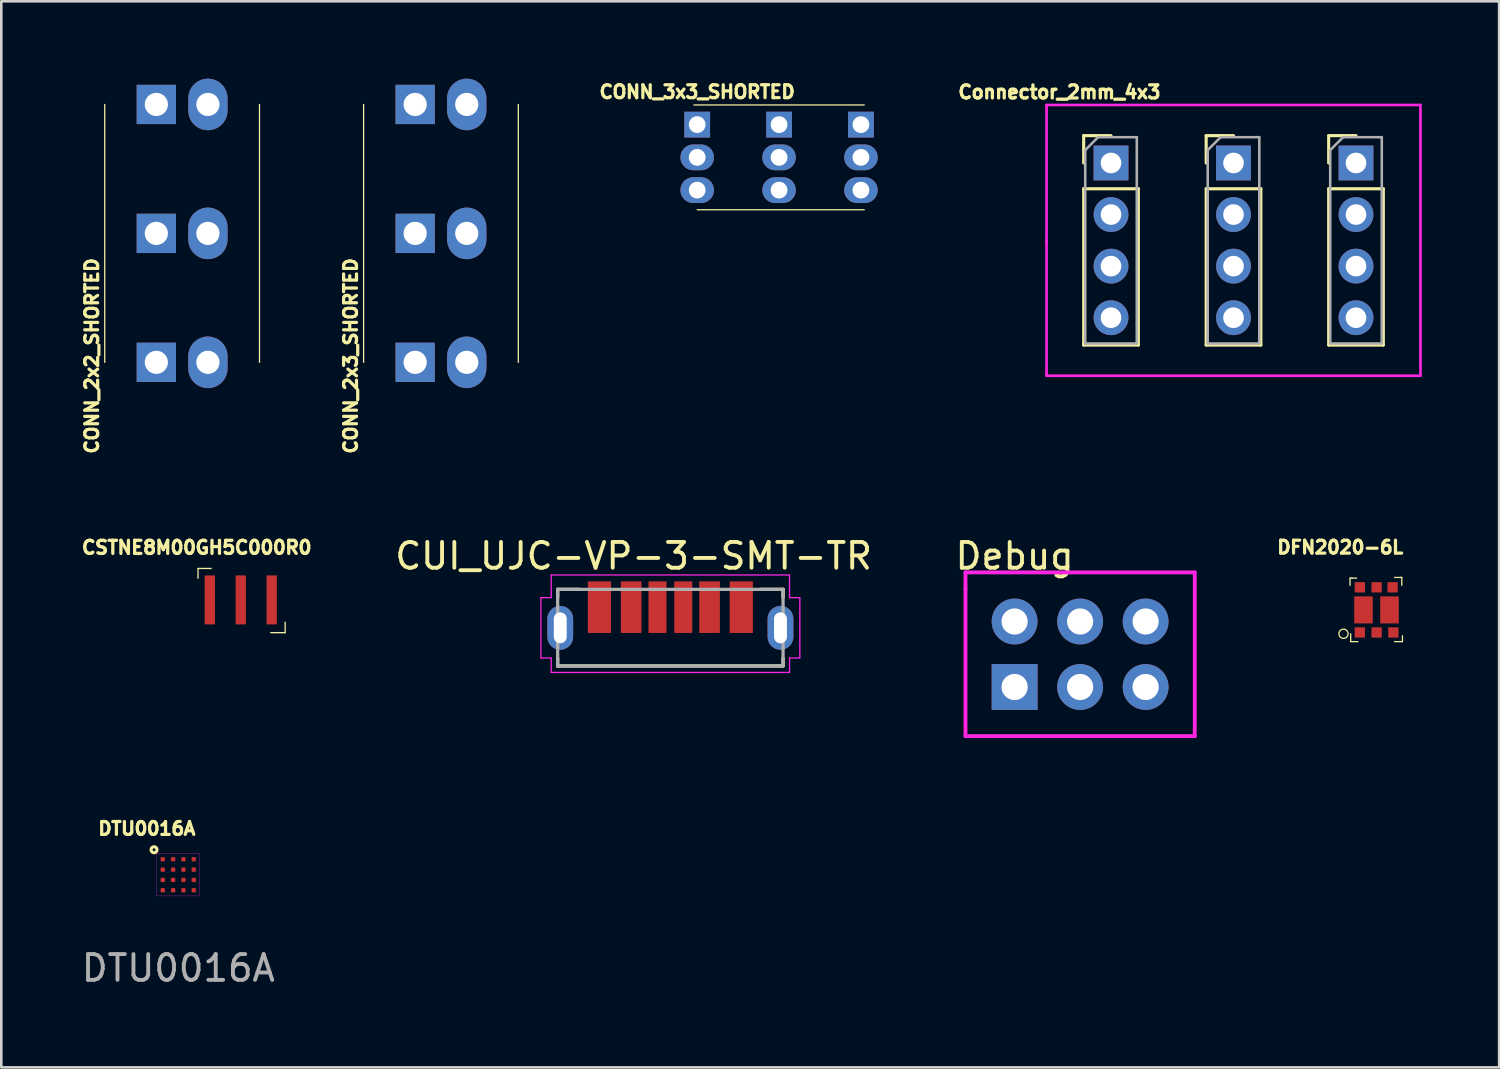
<source format=kicad_pcb>
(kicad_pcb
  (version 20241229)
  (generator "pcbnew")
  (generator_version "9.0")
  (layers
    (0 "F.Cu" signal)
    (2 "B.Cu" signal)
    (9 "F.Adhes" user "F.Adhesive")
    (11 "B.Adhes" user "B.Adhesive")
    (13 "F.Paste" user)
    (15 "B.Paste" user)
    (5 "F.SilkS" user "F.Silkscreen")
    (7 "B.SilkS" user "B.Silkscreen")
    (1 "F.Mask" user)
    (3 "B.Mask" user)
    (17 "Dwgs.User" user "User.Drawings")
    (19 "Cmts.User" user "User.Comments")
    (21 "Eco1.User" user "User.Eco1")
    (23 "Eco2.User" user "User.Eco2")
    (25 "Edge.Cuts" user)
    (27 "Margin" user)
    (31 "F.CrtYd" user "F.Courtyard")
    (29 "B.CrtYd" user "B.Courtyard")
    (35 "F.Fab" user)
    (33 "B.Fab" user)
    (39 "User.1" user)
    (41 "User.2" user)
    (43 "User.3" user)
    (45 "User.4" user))
  (footprint "Debug"
    (layer "F.Cu")
    (at 38.834 22.32)
    (property "Reference" "Debug" (at -2.54 -3.81 0) (layer "F.SilkS") (effects (font (size 1 1) (thickness 0.15))))
    (attr through_hole)
    (fp_line (start -4.445 -3.175) (end -4.445 -2.54) (stroke (width 0.15) (type solid)) (layer "F.CrtYd"))
    (fp_line (start -4.445 -2.54) (end -4.445 3.175) (stroke (width 0.15) (type solid)) (layer "F.CrtYd"))
    (fp_line (start -4.445 3.175) (end 4.445 3.175) (stroke (width 0.15) (type solid)) (layer "F.CrtYd"))
    (fp_line (start 4.445 -3.175) (end -4.445 -3.175) (stroke (width 0.15) (type solid)) (layer "F.CrtYd"))
    (fp_line (start 4.445 3.175) (end 4.445 -3.175) (stroke (width 0.15) (type solid)) (layer "F.CrtYd"))
    (pad "1" thru_hole rect (at -2.54 1.27) (size 1.778 1.778) (drill 1.016) (layers "*.Cu" "*.Mask"))
    (pad "2" thru_hole circle (at 0 1.27) (size 1.778 1.778) (drill 1.016) (layers "*.Cu" "*.Mask"))
    (pad "3" thru_hole circle (at 2.54 1.27) (size 1.778 1.778) (drill 1.016) (layers "*.Cu" "*.Mask"))
    (pad "4" thru_hole circle (at 2.54 -1.27) (size 1.778 1.778) (drill 1.016) (layers "*.Cu" "*.Mask"))
    (pad "5" thru_hole circle (at 0 -1.27) (size 1.778 1.778) (drill 1.016) (layers "*.Cu" "*.Mask"))
    (pad "6" thru_hole circle (at -2.54 -1.27) (size 1.778 1.778) (drill 1.016) (layers "*.Cu" "*.Mask")))
  (footprint "CONN_2x2_SHORTED"
    (layer "F.Cu")
    (at 4.012 6)
    (property "Reference" "CONN_2x2_SHORTED" (at -3.5 4.75 270) (layer "F.SilkS") (effects (font (size 0.5 0.5) (thickness 0.125))))
    (attr through_hole)
    (fp_line (start -3 5) (end -3 -5) (stroke (width 0.05) (type solid)) (layer "F.SilkS"))
    (fp_line (start 3 5) (end 3 -5) (stroke (width 0.05) (type solid)) (layer "F.SilkS"))
    (pad "1" thru_hole rect (at -1 -5) (size 1.524 1.524) (drill 0.9) (layers "*.Cu" "*.Mask"))
    (pad "1" thru_hole rect (at -1 0) (size 1.524 1.524) (drill 0.9) (layers "*.Cu" "*.Mask"))
    (pad "1" thru_hole rect (at -1 5) (size 1.524 1.524) (drill 0.9) (layers "*.Cu" "*.Mask"))
    (pad "2" thru_hole oval (at 1 -5) (size 1.524 2) (drill 0.9) (layers "*.Cu" "*.Mask"))
    (pad "2" thru_hole oval (at 1 0) (size 1.524 2) (drill 0.9) (layers "*.Cu" "*.Mask"))
    (pad "2" thru_hole oval (at 1 5) (size 1.524 2) (drill 0.9) (layers "*.Cu" "*.Mask")))
  (footprint "DFN2020-6L"
    (layer "F.Cu")
    (at 50.444 20.713)
    (property "Reference" "DFN2020-6L" (at -1.524 -2.54 0) (layer "F.SilkS") (effects (font (size 0.5 0.5) (thickness 0.125))))
    (attr through_hole)
    (fp_line (start -1.143 -1.346) (end -1.143 -1.067) (stroke (width 0.05) (type solid)) (layer "F.SilkS"))
    (fp_line (start -1.118 0.813) (end -1.118 1.118) (stroke (width 0.05) (type solid)) (layer "F.SilkS"))
    (fp_line (start -1.118 1.118) (end -0.838 1.118) (stroke (width 0.05) (type solid)) (layer "F.SilkS"))
    (fp_line (start -1.067 -1.346) (end -1.143 -1.346) (stroke (width 0.05) (type solid)) (layer "F.SilkS"))
    (fp_line (start -0.889 -1.346) (end -1.067 -1.346) (stroke (width 0.05) (type solid)) (layer "F.SilkS"))
    (fp_line (start 0.584 -1.372) (end 0.813 -1.372) (stroke (width 0.05) (type solid)) (layer "F.SilkS"))
    (fp_line (start 0.584 1.118) (end 0.889 1.118) (stroke (width 0.05) (type solid)) (layer "F.SilkS"))
    (fp_line (start 0.813 -1.372) (end 0.838 -1.372) (stroke (width 0.05) (type solid)) (layer "F.SilkS"))
    (fp_line (start 0.838 -1.372) (end 0.864 -1.372) (stroke (width 0.05) (type solid)) (layer "F.SilkS"))
    (fp_line (start 0.864 -1.372) (end 0.864 -1.067) (stroke (width 0.05) (type solid)) (layer "F.SilkS"))
    (fp_line (start 0.889 1.118) (end 0.889 0.889) (stroke (width 0.05) (type solid)) (layer "F.SilkS"))
    (fp_circle (center -1.397 0.813) (end -1.397 0.991) (stroke (width 0.05) (type solid)) (fill no) (layer "F.SilkS"))
    (pad "1" smd rect (at -0.762 0.762) (size 0.4 0.4) (layers "F.Cu" "F.Mask" "F.Paste"))
    (pad "2" smd rect (at -0.112 0.762) (size 0.4 0.4) (layers "F.Cu" "F.Mask" "F.Paste"))
    (pad "3" smd rect (at 0.388 -0.113) (size 0.72 1.05) (layers "F.Cu" "F.Mask" "F.Paste"))
    (pad "3" smd rect (at 0.538 0.762) (size 0.4 0.4) (layers "F.Cu" "F.Mask" "F.Paste"))
    (pad "4" smd rect (at -0.622 -0.113) (size 0.72 1.05) (layers "F.Cu" "F.Mask" "F.Paste"))
    (pad "4" smd rect (at 0.508 -0.988) (size 0.4 0.4) (layers "F.Cu" "F.Mask" "F.Paste"))
    (pad "5" smd rect (at -0.112 -0.988) (size 0.4 0.4) (layers "F.Cu" "F.Mask" "F.Paste"))
    (pad "6" smd rect (at -0.762 -0.988) (size 0.4 0.4) (layers "F.Cu" "F.Mask" "F.Paste")))
  (footprint "Connector_2mm_4x3"
    (layer "F.Cu")
    (at 44.782 6.27)
    (property "Reference" "Connector_2mm_4x3" (at -6.75 -5.75 180) (layer "F.SilkS") (effects (font (size 0.508 0.508) (thickness 0.127))))
    (attr through_hole)
    (fp_line (start -5.81 -4.06) (end -4.75 -4.06) (stroke (width 0.12) (type solid)) (layer "F.SilkS"))
    (fp_line (start -5.81 -3) (end -5.81 -4.06) (stroke (width 0.12) (type solid)) (layer "F.SilkS"))
    (fp_line (start -5.81 -2) (end -5.81 4.06) (stroke (width 0.12) (type solid)) (layer "F.SilkS"))
    (fp_line (start -5.81 -2) (end -3.69 -2) (stroke (width 0.12) (type solid)) (layer "F.SilkS"))
    (fp_line (start -5.81 4.06) (end -3.69 4.06) (stroke (width 0.12) (type solid)) (layer "F.SilkS"))
    (fp_line (start -3.69 -2) (end -3.69 4.06) (stroke (width 0.12) (type solid)) (layer "F.SilkS"))
    (fp_line (start -1.06 -4.06) (end 0 -4.06) (stroke (width 0.12) (type solid)) (layer "F.SilkS"))
    (fp_line (start -1.06 -3) (end -1.06 -4.06) (stroke (width 0.12) (type solid)) (layer "F.SilkS"))
    (fp_line (start -1.06 -2) (end -1.06 4.06) (stroke (width 0.12) (type solid)) (layer "F.SilkS"))
    (fp_line (start -1.06 -2) (end 1.06 -2) (stroke (width 0.12) (type solid)) (layer "F.SilkS"))
    (fp_line (start -1.06 4.06) (end 1.06 4.06) (stroke (width 0.12) (type solid)) (layer "F.SilkS"))
    (fp_line (start 1.06 -2) (end 1.06 4.06) (stroke (width 0.12) (type solid)) (layer "F.SilkS"))
    (fp_line (start 3.69 -4.06) (end 4.75 -4.06) (stroke (width 0.12) (type solid)) (layer "F.SilkS"))
    (fp_line (start 3.69 -3) (end 3.69 -4.06) (stroke (width 0.12) (type solid)) (layer "F.SilkS"))
    (fp_line (start 3.69 -2) (end 3.69 4.06) (stroke (width 0.12) (type solid)) (layer "F.SilkS"))
    (fp_line (start 3.69 -2) (end 5.81 -2) (stroke (width 0.12) (type solid)) (layer "F.SilkS"))
    (fp_line (start 3.69 4.06) (end 5.81 4.06) (stroke (width 0.12) (type solid)) (layer "F.SilkS"))
    (fp_line (start 5.81 -2) (end 5.81 4.06) (stroke (width 0.12) (type solid)) (layer "F.SilkS"))
    (fp_line (start -7.25 -5.25) (end 7.25 -5.25) (stroke (width 0.102) (type solid)) (layer "F.CrtYd"))
    (fp_line (start -7.25 0) (end -7.25 -5.25) (stroke (width 0.102) (type solid)) (layer "F.CrtYd"))
    (fp_line (start -7.25 5.25) (end -7.25 0) (stroke (width 0.102) (type solid)) (layer "F.CrtYd"))
    (fp_line (start 7.25 -5.25) (end 7.25 5.25) (stroke (width 0.102) (type solid)) (layer "F.CrtYd"))
    (fp_line (start 7.25 5.25) (end -7.25 5.25) (stroke (width 0.102) (type solid)) (layer "F.CrtYd"))
    (fp_line (start -5.75 -3.5) (end -5.25 -4) (stroke (width 0.1) (type solid)) (layer "F.Fab"))
    (fp_line (start -5.75 4) (end -5.75 -3.5) (stroke (width 0.1) (type solid)) (layer "F.Fab"))
    (fp_line (start -5.25 -4) (end -3.75 -4) (stroke (width 0.1) (type solid)) (layer "F.Fab"))
    (fp_line (start -3.75 -4) (end -3.75 4) (stroke (width 0.1) (type solid)) (layer "F.Fab"))
    (fp_line (start -3.75 4) (end -5.75 4) (stroke (width 0.1) (type solid)) (layer "F.Fab"))
    (fp_line (start -1 -3.5) (end -0.5 -4) (stroke (width 0.1) (type solid)) (layer "F.Fab"))
    (fp_line (start -1 4) (end -1 -3.5) (stroke (width 0.1) (type solid)) (layer "F.Fab"))
    (fp_line (start -0.5 -4) (end 1 -4) (stroke (width 0.1) (type solid)) (layer "F.Fab"))
    (fp_line (start 1 -4) (end 1 4) (stroke (width 0.1) (type solid)) (layer "F.Fab"))
    (fp_line (start 1 4) (end -1 4) (stroke (width 0.1) (type solid)) (layer "F.Fab"))
    (fp_line (start 3.75 -3.5) (end 4.25 -4) (stroke (width 0.1) (type solid)) (layer "F.Fab"))
    (fp_line (start 3.75 4) (end 3.75 -3.5) (stroke (width 0.1) (type solid)) (layer "F.Fab"))
    (fp_line (start 4.25 -4) (end 5.75 -4) (stroke (width 0.1) (type solid)) (layer "F.Fab"))
    (fp_line (start 5.75 -4) (end 5.75 4) (stroke (width 0.1) (type solid)) (layer "F.Fab"))
    (fp_line (start 5.75 4) (end 3.75 4) (stroke (width 0.1) (type solid)) (layer "F.Fab"))
    (pad "1" thru_hole rect (at -4.75 -3) (size 1.35 1.35) (drill 0.8) (layers "*.Cu" "*.Mask"))
    (pad "1" thru_hole rect (at 0 -3) (size 1.35 1.35) (drill 0.8) (layers "*.Cu" "*.Mask"))
    (pad "1" thru_hole rect (at 4.75 -3) (size 1.35 1.35) (drill 0.8) (layers "*.Cu" "*.Mask"))
    (pad "2" thru_hole oval (at -4.75 -1) (size 1.35 1.35) (drill 0.8) (layers "*.Cu" "*.Mask"))
    (pad "2" thru_hole oval (at 0 -1) (size 1.35 1.35) (drill 0.8) (layers "*.Cu" "*.Mask"))
    (pad "2" thru_hole oval (at 4.75 -1) (size 1.35 1.35) (drill 0.8) (layers "*.Cu" "*.Mask"))
    (pad "3" thru_hole oval (at -4.75 1) (size 1.35 1.35) (drill 0.8) (layers "*.Cu" "*.Mask"))
    (pad "3" thru_hole oval (at 0 1) (size 1.35 1.35) (drill 0.8) (layers "*.Cu" "*.Mask"))
    (pad "3" thru_hole oval (at 4.75 1) (size 1.35 1.35) (drill 0.8) (layers "*.Cu" "*.Mask"))
    (pad "4" thru_hole oval (at -4.75 3) (size 1.35 1.35) (drill 0.8) (layers "*.Cu" "*.Mask"))
    (pad "4" thru_hole oval (at 0 3) (size 1.35 1.35) (drill 0.8) (layers "*.Cu" "*.Mask"))
    (pad "4" thru_hole oval (at 4.75 3) (size 1.35 1.35) (drill 0.8) (layers "*.Cu" "*.Mask")))
  (footprint "CSTNE8M00GH5C000R0"
    (layer "F.Cu")
    (at 6.28 20.264)
    (property "Reference" "CSTNE8M00GH5C000R0" (at -1.702 -2.083 0) (layer "F.SilkS") (effects (font (size 0.508 0.508) (thickness 0.127))))
    (attr through_hole)
    (fp_line (start -1.651 -1.27) (end -1.651 -0.889) (stroke (width 0.05) (type solid)) (layer "F.SilkS"))
    (fp_line (start -1.143 -1.27) (end -1.651 -1.27) (stroke (width 0.05) (type solid)) (layer "F.SilkS"))
    (fp_line (start 1.168 1.219) (end 1.727 1.219) (stroke (width 0.05) (type solid)) (layer "F.SilkS"))
    (fp_line (start 1.727 1.219) (end 1.727 0.813) (stroke (width 0.05) (type solid)) (layer "F.SilkS"))
    (pad "1" smd rect (at -1.194 -0.051 90) (size 1.9 0.4) (layers "F.Cu" "F.Mask" "F.Paste"))
    (pad "2" smd rect (at 0.006 -0.051 90) (size 1.9 0.4) (layers "F.Cu" "F.Mask" "F.Paste"))
    (pad "3" smd rect (at 1.206 -0.051 90) (size 1.9 0.4) (layers "F.Cu" "F.Mask" "F.Paste")))
  (footprint "CUI_UJC-VP-3-SMT-TR"
    (layer "F.Cu")
    (at 22.945 21.295)
    (property "Reference" "CUI_UJC-VP-3-SMT-TR" (at -1.425 -2.785 0) (layer "F.SilkS") (effects (font (size 1 1) (thickness 0.15))))
    (attr smd)
    (fp_line (start -4.37 -1.49) (end -3.52 -1.49) (stroke (width 0.127) (type solid)) (layer "F.SilkS"))
    (fp_line (start -4.37 -1.17) (end -4.37 -1.49) (stroke (width 0.127) (type solid)) (layer "F.SilkS"))
    (fp_line (start -4.37 1.17) (end -4.37 1.48) (stroke (width 0.127) (type solid)) (layer "F.SilkS"))
    (fp_line (start -4.37 1.48) (end 4.37 1.48) (stroke (width 0.127) (type solid)) (layer "F.SilkS"))
    (fp_line (start 3.52 -1.49) (end 4.37 -1.49) (stroke (width 0.127) (type solid)) (layer "F.SilkS"))
    (fp_line (start 4.37 -1.49) (end 4.37 -1.17) (stroke (width 0.127) (type solid)) (layer "F.SilkS"))
    (fp_line (start 4.37 1.48) (end 4.37 1.17) (stroke (width 0.127) (type solid)) (layer "F.SilkS"))
    (fp_line (start -5.02 -1.17) (end -5.02 1.17) (stroke (width 0.05) (type solid)) (layer "F.CrtYd"))
    (fp_line (start -5.02 1.17) (end -4.62 1.17) (stroke (width 0.05) (type solid)) (layer "F.CrtYd"))
    (fp_line (start -4.62 -2.05) (end -4.62 -1.17) (stroke (width 0.05) (type solid)) (layer "F.CrtYd"))
    (fp_line (start -4.62 -1.17) (end -5.02 -1.17) (stroke (width 0.05) (type solid)) (layer "F.CrtYd"))
    (fp_line (start -4.62 1.17) (end -4.62 1.73) (stroke (width 0.05) (type solid)) (layer "F.CrtYd"))
    (fp_line (start -4.62 1.73) (end 4.62 1.73) (stroke (width 0.05) (type solid)) (layer "F.CrtYd"))
    (fp_line (start 4.62 -2.05) (end -4.62 -2.05) (stroke (width 0.05) (type solid)) (layer "F.CrtYd"))
    (fp_line (start 4.62 -1.17) (end 4.62 -2.05) (stroke (width 0.05) (type solid)) (layer "F.CrtYd"))
    (fp_line (start 4.62 1.17) (end 5.02 1.17) (stroke (width 0.05) (type solid)) (layer "F.CrtYd"))
    (fp_line (start 4.62 1.73) (end 4.62 1.17) (stroke (width 0.05) (type solid)) (layer "F.CrtYd"))
    (fp_line (start 5.02 -1.17) (end 4.62 -1.17) (stroke (width 0.05) (type solid)) (layer "F.CrtYd"))
    (fp_line (start 5.02 1.17) (end 5.02 -1.17) (stroke (width 0.05) (type solid)) (layer "F.CrtYd"))
    (fp_line (start -4.37 -1.49) (end -4.37 1.48) (stroke (width 0.127) (type solid)) (layer "F.Fab"))
    (fp_line (start -4.37 1.48) (end 4.37 1.48) (stroke (width 0.127) (type solid)) (layer "F.Fab"))
    (fp_line (start 4.37 -1.49) (end -4.37 -1.49) (stroke (width 0.127) (type solid)) (layer "F.Fab"))
    (fp_line (start 4.37 1.48) (end 4.37 -1.49) (stroke (width 0.127) (type solid)) (layer "F.Fab"))
    (pad "A5" smd rect (at -0.5 -0.8) (size 0.7 2) (layers "F.Cu" "F.Mask" "F.Paste"))
    (pad "A9" smd rect (at -1.52 -0.8) (size 0.8 2) (layers "F.Cu" "F.Mask" "F.Paste"))
    (pad "A12" smd rect (at -2.75 -0.8) (size 0.9 2) (layers "F.Cu" "F.Mask" "F.Paste"))
    (pad "B5" smd rect (at 0.5 -0.8) (size 0.7 2) (layers "F.Cu" "F.Mask" "F.Paste"))
    (pad "B9" smd rect (at 1.52 -0.8) (size 0.8 2) (layers "F.Cu" "F.Mask" "F.Paste"))
    (pad "B12" smd rect (at 2.75 -0.8) (size 0.9 2) (layers "F.Cu" "F.Mask" "F.Paste"))
    (pad "S1" thru_hole oval (at -4.27 0) (size 1 1.7) (drill oval 0.5 1.2) (layers "*.Cu" "*.Mask"))
    (pad "S2" thru_hole oval (at 4.27 0) (size 1 1.7) (drill oval 0.5 1.2) (layers "*.Cu" "*.Mask")))
  (footprint "CONN_2x3_SHORTED"
    (layer "F.Cu")
    (at 14.049 6)
    (property "Reference" "CONN_2x3_SHORTED" (at -3.5 4.75 270) (layer "F.SilkS") (effects (font (size 0.5 0.5) (thickness 0.125))))
    (attr through_hole)
    (fp_line (start -3 5) (end -3 -5) (stroke (width 0.05) (type solid)) (layer "F.SilkS"))
    (fp_line (start 3 5) (end 3 -5) (stroke (width 0.05) (type solid)) (layer "F.SilkS"))
    (pad "1" thru_hole rect (at -1 -5) (size 1.524 1.524) (drill 0.9) (layers "*.Cu" "*.Mask"))
    (pad "1" thru_hole rect (at -1 0) (size 1.524 1.524) (drill 0.9) (layers "*.Cu" "*.Mask"))
    (pad "1" thru_hole rect (at -1 5) (size 1.524 1.524) (drill 0.9) (layers "*.Cu" "*.Mask"))
    (pad "2" thru_hole oval (at 1 -5) (size 1.524 2) (drill 0.9) (layers "*.Cu" "*.Mask"))
    (pad "2" thru_hole oval (at 1 0) (size 1.524 2) (drill 0.9) (layers "*.Cu" "*.Mask"))
    (pad "2" thru_hole oval (at 1 5) (size 1.524 2) (drill 0.9) (layers "*.Cu" "*.Mask")))
  (footprint "CONN_3x3_SHORTED"
    (layer "F.Cu")
    (at 27.16 3.052)
    (property "Reference" "CONN_3x3_SHORTED" (at -3.175 -2.54 0) (layer "F.SilkS") (effects (font (size 0.5 0.5) (thickness 0.125))))
    (attr through_hole)
    (fp_line (start -3.302 -2.032) (end 3.302 -2.032) (stroke (width 0.05) (type solid)) (layer "F.SilkS"))
    (fp_line (start -3.175 2.032) (end 3.302 2.032) (stroke (width 0.05) (type solid)) (layer "F.SilkS"))
    (pad "1" thru_hole rect (at -3.175 -1.27) (size 1 1) (drill 0.65) (layers "*.Cu" "*.Mask"))
    (pad "1" thru_hole rect (at 0 -1.27) (size 1 1) (drill 0.65) (layers "*.Cu" "*.Mask"))
    (pad "1" thru_hole rect (at 3.175 -1.27) (size 1 1) (drill 0.65) (layers "*.Cu" "*.Mask"))
    (pad "2" thru_hole oval (at -3.175 0) (size 1.3 1) (drill 0.65) (layers "*.Cu" "*.Mask"))
    (pad "2" thru_hole oval (at 0 0) (size 1.3 1) (drill 0.65) (layers "*.Cu" "*.Mask"))
    (pad "2" thru_hole oval (at 3.175 0) (size 1.3 1) (drill 0.65) (layers "*.Cu" "*.Mask"))
    (pad "3" thru_hole oval (at -3.175 1.27) (size 1.3 1) (drill 0.65) (layers "*.Cu" "*.Mask"))
    (pad "3" thru_hole oval (at 0 1.27) (size 1.3 1) (drill 0.65) (layers "*.Cu" "*.Mask"))
    (pad "3" thru_hole oval (at 3.175 1.27) (size 1.3 1) (drill 0.65) (layers "*.Cu" "*.Mask")))
  (footprint "DTU0016A"
    (layer "F.Cu")
    (at 3.873 30.871)
    (property "Reference" "DTU0016A" (at -1.23 -1.79 0) (unlocked yes) (layer "F.SilkS") (effects (font (size 0.5 0.5) (thickness 0.125))))
    (attr smd)
    (fp_circle (center -0.95 -0.97) (end -0.85 -1.03) (stroke (width 0.12) (type solid)) (fill no) (layer "F.SilkS"))
    (fp_rect (start -0.85 -0.83) (end 0.8 0.82) (stroke (width 0.01) (type solid)) (fill no) (layer "F.CrtYd"))
    (fp_text user "${REFERENCE}" (at -0.01 3.62 0) (unlocked yes) (layer "F.Fab") (effects (font (size 1 1) (thickness 0.15))))
    (pad "A1" smd roundrect (at -0.61 -0.6) (size 0.17 0.17) (layers "F.Cu" "F.Mask" "F.Paste") (roundrect_rratio 0.25))
    (pad "A2" smd roundrect (at -0.21 -0.6) (size 0.17 0.17) (layers "F.Cu" "F.Mask" "F.Paste") (roundrect_rratio 0.25))
    (pad "A3" smd roundrect (at 0.19 -0.6) (size 0.17 0.17) (layers "F.Cu" "F.Mask" "F.Paste") (roundrect_rratio 0.25))
    (pad "A4" smd roundrect (at 0.59 -0.6) (size 0.17 0.17) (layers "F.Cu" "F.Mask" "F.Paste") (roundrect_rratio 0.25))
    (pad "B1" smd roundrect (at -0.61 -0.2) (size 0.17 0.17) (layers "F.Cu" "F.Mask" "F.Paste") (roundrect_rratio 0.25))
    (pad "B2" smd roundrect (at -0.21 -0.2) (size 0.17 0.17) (layers "F.Cu" "F.Mask" "F.Paste") (roundrect_rratio 0.25))
    (pad "B3" smd roundrect (at 0.19 -0.2) (size 0.17 0.17) (layers "F.Cu" "F.Mask" "F.Paste") (roundrect_rratio 0.25))
    (pad "B4" smd roundrect (at 0.59 -0.2) (size 0.17 0.17) (layers "F.Cu" "F.Mask" "F.Paste") (roundrect_rratio 0.25))
    (pad "C1" smd roundrect (at -0.61 0.2) (size 0.17 0.17) (layers "F.Cu" "F.Mask" "F.Paste") (roundrect_rratio 0.25))
    (pad "C2" smd roundrect (at -0.21 0.2) (size 0.17 0.17) (layers "F.Cu" "F.Mask" "F.Paste") (roundrect_rratio 0.25))
    (pad "C3" smd roundrect (at 0.19 0.2) (size 0.17 0.17) (layers "F.Cu" "F.Mask" "F.Paste") (roundrect_rratio 0.25))
    (pad "C4" smd roundrect (at 0.59 0.2) (size 0.17 0.17) (layers "F.Cu" "F.Mask" "F.Paste") (roundrect_rratio 0.25))
    (pad "D1" smd roundrect (at -0.61 0.6) (size 0.17 0.17) (layers "F.Cu" "F.Mask" "F.Paste") (roundrect_rratio 0.25))
    (pad "D2" smd roundrect (at -0.21 0.6) (size 0.17 0.17) (layers "F.Cu" "F.Mask" "F.Paste") (roundrect_rratio 0.25))
    (pad "D3" smd roundrect (at 0.19 0.6) (size 0.17 0.17) (layers "F.Cu" "F.Mask" "F.Paste") (roundrect_rratio 0.25))
    (pad "D4" smd roundrect (at 0.59 0.6) (size 0.17 0.17) (layers "F.Cu" "F.Mask" "F.Paste") (roundrect_rratio 0.25)))
  (gr_rect
    (start -3 -3)
    (end 55.082 38.34)
    (stroke (width 0.1) (type default))
    (fill no)
    (layer "Edge.Cuts")))
</source>
